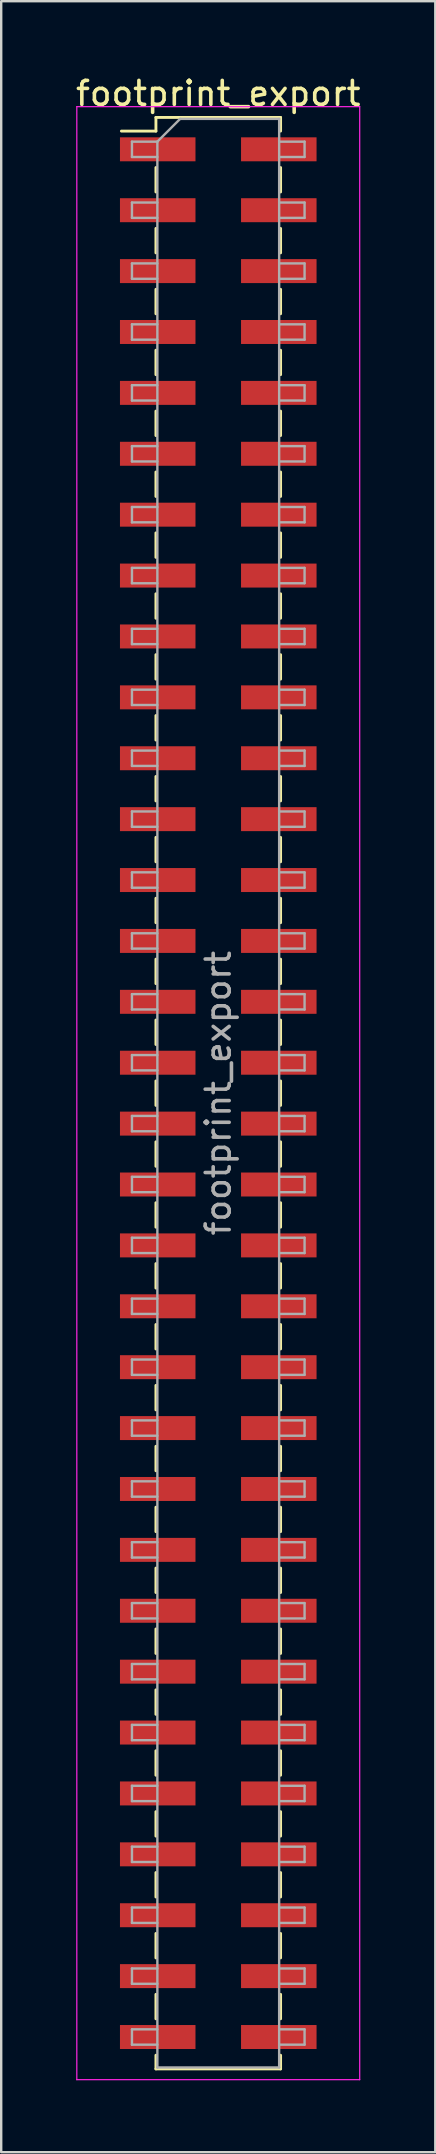
<source format=kicad_pcb>
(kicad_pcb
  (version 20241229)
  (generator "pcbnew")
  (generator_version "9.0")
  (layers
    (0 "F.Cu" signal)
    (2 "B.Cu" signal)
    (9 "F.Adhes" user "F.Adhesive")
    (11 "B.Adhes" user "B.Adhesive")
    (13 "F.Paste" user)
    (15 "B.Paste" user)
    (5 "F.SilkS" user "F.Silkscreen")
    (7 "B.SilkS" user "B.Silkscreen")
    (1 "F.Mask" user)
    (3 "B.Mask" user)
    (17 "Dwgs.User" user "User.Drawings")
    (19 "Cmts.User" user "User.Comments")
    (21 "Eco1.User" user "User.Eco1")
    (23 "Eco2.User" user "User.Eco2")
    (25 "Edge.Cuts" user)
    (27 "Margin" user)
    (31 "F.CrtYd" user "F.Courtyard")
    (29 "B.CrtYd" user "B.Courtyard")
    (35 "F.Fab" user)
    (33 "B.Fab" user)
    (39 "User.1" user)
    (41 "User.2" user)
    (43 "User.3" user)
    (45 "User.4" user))
  (footprint "footprint_export"
    (layer "F.Cu")
    (at 6.054 42.548)
    (property "Reference" "footprint_export" (at 0 -41.7 0) (layer "F.SilkS") (effects (font (size 1 1) (thickness 0.15))))
    (attr smd)
    (fp_line (start -4.04 -40.13) (end -2.6 -40.13) (stroke (width 0.12) (type solid)) (layer "F.SilkS"))
    (fp_line (start -2.6 -40.7) (end -2.6 -40.13) (stroke (width 0.12) (type solid)) (layer "F.SilkS"))
    (fp_line (start -2.6 -40.7) (end 2.6 -40.7) (stroke (width 0.12) (type solid)) (layer "F.SilkS"))
    (fp_line (start -2.6 -38.61) (end -2.6 -37.59) (stroke (width 0.12) (type solid)) (layer "F.SilkS"))
    (fp_line (start -2.6 -36.07) (end -2.6 -35.05) (stroke (width 0.12) (type solid)) (layer "F.SilkS"))
    (fp_line (start -2.6 -33.53) (end -2.6 -32.51) (stroke (width 0.12) (type solid)) (layer "F.SilkS"))
    (fp_line (start -2.6 -30.99) (end -2.6 -29.97) (stroke (width 0.12) (type solid)) (layer "F.SilkS"))
    (fp_line (start -2.6 -28.45) (end -2.6 -27.43) (stroke (width 0.12) (type solid)) (layer "F.SilkS"))
    (fp_line (start -2.6 -25.91) (end -2.6 -24.89) (stroke (width 0.12) (type solid)) (layer "F.SilkS"))
    (fp_line (start -2.6 -23.37) (end -2.6 -22.35) (stroke (width 0.12) (type solid)) (layer "F.SilkS"))
    (fp_line (start -2.6 -20.83) (end -2.6 -19.81) (stroke (width 0.12) (type solid)) (layer "F.SilkS"))
    (fp_line (start -2.6 -18.29) (end -2.6 -17.27) (stroke (width 0.12) (type solid)) (layer "F.SilkS"))
    (fp_line (start -2.6 -15.75) (end -2.6 -14.73) (stroke (width 0.12) (type solid)) (layer "F.SilkS"))
    (fp_line (start -2.6 -13.21) (end -2.6 -12.19) (stroke (width 0.12) (type solid)) (layer "F.SilkS"))
    (fp_line (start -2.6 -10.67) (end -2.6 -9.65) (stroke (width 0.12) (type solid)) (layer "F.SilkS"))
    (fp_line (start -2.6 -8.13) (end -2.6 -7.11) (stroke (width 0.12) (type solid)) (layer "F.SilkS"))
    (fp_line (start -2.6 -5.59) (end -2.6 -4.57) (stroke (width 0.12) (type solid)) (layer "F.SilkS"))
    (fp_line (start -2.6 -3.05) (end -2.6 -2.03) (stroke (width 0.12) (type solid)) (layer "F.SilkS"))
    (fp_line (start -2.6 -0.51) (end -2.6 0.51) (stroke (width 0.12) (type solid)) (layer "F.SilkS"))
    (fp_line (start -2.6 2.03) (end -2.6 3.05) (stroke (width 0.12) (type solid)) (layer "F.SilkS"))
    (fp_line (start -2.6 4.57) (end -2.6 5.59) (stroke (width 0.12) (type solid)) (layer "F.SilkS"))
    (fp_line (start -2.6 7.11) (end -2.6 8.13) (stroke (width 0.12) (type solid)) (layer "F.SilkS"))
    (fp_line (start -2.6 9.65) (end -2.6 10.67) (stroke (width 0.12) (type solid)) (layer "F.SilkS"))
    (fp_line (start -2.6 12.19) (end -2.6 13.21) (stroke (width 0.12) (type solid)) (layer "F.SilkS"))
    (fp_line (start -2.6 14.73) (end -2.6 15.75) (stroke (width 0.12) (type solid)) (layer "F.SilkS"))
    (fp_line (start -2.6 17.27) (end -2.6 18.29) (stroke (width 0.12) (type solid)) (layer "F.SilkS"))
    (fp_line (start -2.6 19.81) (end -2.6 20.83) (stroke (width 0.12) (type solid)) (layer "F.SilkS"))
    (fp_line (start -2.6 22.35) (end -2.6 23.37) (stroke (width 0.12) (type solid)) (layer "F.SilkS"))
    (fp_line (start -2.6 24.89) (end -2.6 25.91) (stroke (width 0.12) (type solid)) (layer "F.SilkS"))
    (fp_line (start -2.6 27.43) (end -2.6 28.45) (stroke (width 0.12) (type solid)) (layer "F.SilkS"))
    (fp_line (start -2.6 29.97) (end -2.6 30.99) (stroke (width 0.12) (type solid)) (layer "F.SilkS"))
    (fp_line (start -2.6 32.51) (end -2.6 33.53) (stroke (width 0.12) (type solid)) (layer "F.SilkS"))
    (fp_line (start -2.6 35.05) (end -2.6 36.07) (stroke (width 0.12) (type solid)) (layer "F.SilkS"))
    (fp_line (start -2.6 37.59) (end -2.6 38.61) (stroke (width 0.12) (type solid)) (layer "F.SilkS"))
    (fp_line (start -2.6 40.13) (end -2.6 40.7) (stroke (width 0.12) (type solid)) (layer "F.SilkS"))
    (fp_line (start -2.6 40.7) (end 2.6 40.7) (stroke (width 0.12) (type solid)) (layer "F.SilkS"))
    (fp_line (start 2.6 -40.7) (end 2.6 -40.13) (stroke (width 0.12) (type solid)) (layer "F.SilkS"))
    (fp_line (start 2.6 -38.61) (end 2.6 -37.59) (stroke (width 0.12) (type solid)) (layer "F.SilkS"))
    (fp_line (start 2.6 -36.07) (end 2.6 -35.05) (stroke (width 0.12) (type solid)) (layer "F.SilkS"))
    (fp_line (start 2.6 -33.53) (end 2.6 -32.51) (stroke (width 0.12) (type solid)) (layer "F.SilkS"))
    (fp_line (start 2.6 -30.99) (end 2.6 -29.97) (stroke (width 0.12) (type solid)) (layer "F.SilkS"))
    (fp_line (start 2.6 -28.45) (end 2.6 -27.43) (stroke (width 0.12) (type solid)) (layer "F.SilkS"))
    (fp_line (start 2.6 -25.91) (end 2.6 -24.89) (stroke (width 0.12) (type solid)) (layer "F.SilkS"))
    (fp_line (start 2.6 -23.37) (end 2.6 -22.35) (stroke (width 0.12) (type solid)) (layer "F.SilkS"))
    (fp_line (start 2.6 -20.83) (end 2.6 -19.81) (stroke (width 0.12) (type solid)) (layer "F.SilkS"))
    (fp_line (start 2.6 -18.29) (end 2.6 -17.27) (stroke (width 0.12) (type solid)) (layer "F.SilkS"))
    (fp_line (start 2.6 -15.75) (end 2.6 -14.73) (stroke (width 0.12) (type solid)) (layer "F.SilkS"))
    (fp_line (start 2.6 -13.21) (end 2.6 -12.19) (stroke (width 0.12) (type solid)) (layer "F.SilkS"))
    (fp_line (start 2.6 -10.67) (end 2.6 -9.65) (stroke (width 0.12) (type solid)) (layer "F.SilkS"))
    (fp_line (start 2.6 -8.13) (end 2.6 -7.11) (stroke (width 0.12) (type solid)) (layer "F.SilkS"))
    (fp_line (start 2.6 -5.59) (end 2.6 -4.57) (stroke (width 0.12) (type solid)) (layer "F.SilkS"))
    (fp_line (start 2.6 -3.05) (end 2.6 -2.03) (stroke (width 0.12) (type solid)) (layer "F.SilkS"))
    (fp_line (start 2.6 -0.51) (end 2.6 0.51) (stroke (width 0.12) (type solid)) (layer "F.SilkS"))
    (fp_line (start 2.6 2.03) (end 2.6 3.05) (stroke (width 0.12) (type solid)) (layer "F.SilkS"))
    (fp_line (start 2.6 4.57) (end 2.6 5.59) (stroke (width 0.12) (type solid)) (layer "F.SilkS"))
    (fp_line (start 2.6 7.11) (end 2.6 8.13) (stroke (width 0.12) (type solid)) (layer "F.SilkS"))
    (fp_line (start 2.6 9.65) (end 2.6 10.67) (stroke (width 0.12) (type solid)) (layer "F.SilkS"))
    (fp_line (start 2.6 12.19) (end 2.6 13.21) (stroke (width 0.12) (type solid)) (layer "F.SilkS"))
    (fp_line (start 2.6 14.73) (end 2.6 15.75) (stroke (width 0.12) (type solid)) (layer "F.SilkS"))
    (fp_line (start 2.6 17.27) (end 2.6 18.29) (stroke (width 0.12) (type solid)) (layer "F.SilkS"))
    (fp_line (start 2.6 19.81) (end 2.6 20.83) (stroke (width 0.12) (type solid)) (layer "F.SilkS"))
    (fp_line (start 2.6 22.35) (end 2.6 23.37) (stroke (width 0.12) (type solid)) (layer "F.SilkS"))
    (fp_line (start 2.6 24.89) (end 2.6 25.91) (stroke (width 0.12) (type solid)) (layer "F.SilkS"))
    (fp_line (start 2.6 27.43) (end 2.6 28.45) (stroke (width 0.12) (type solid)) (layer "F.SilkS"))
    (fp_line (start 2.6 29.97) (end 2.6 30.99) (stroke (width 0.12) (type solid)) (layer "F.SilkS"))
    (fp_line (start 2.6 32.51) (end 2.6 33.53) (stroke (width 0.12) (type solid)) (layer "F.SilkS"))
    (fp_line (start 2.6 35.05) (end 2.6 36.07) (stroke (width 0.12) (type solid)) (layer "F.SilkS"))
    (fp_line (start 2.6 37.59) (end 2.6 38.61) (stroke (width 0.12) (type solid)) (layer "F.SilkS"))
    (fp_line (start 2.6 40.13) (end 2.6 40.7) (stroke (width 0.12) (type solid)) (layer "F.SilkS"))
    (fp_line (start -5.9 -41.15) (end -5.9 41.15) (stroke (width 0.05) (type solid)) (layer "F.CrtYd"))
    (fp_line (start -5.9 41.15) (end 5.9 41.15) (stroke (width 0.05) (type solid)) (layer "F.CrtYd"))
    (fp_line (start 5.9 -41.15) (end -5.9 -41.15) (stroke (width 0.05) (type solid)) (layer "F.CrtYd"))
    (fp_line (start 5.9 41.15) (end 5.9 -41.15) (stroke (width 0.05) (type solid)) (layer "F.CrtYd"))
    (fp_line (start -3.6 -39.69) (end -3.6 -39.05) (stroke (width 0.1) (type solid)) (layer "F.Fab"))
    (fp_line (start -3.6 -39.05) (end -2.54 -39.05) (stroke (width 0.1) (type solid)) (layer "F.Fab"))
    (fp_line (start -3.6 -37.15) (end -3.6 -36.51) (stroke (width 0.1) (type solid)) (layer "F.Fab"))
    (fp_line (start -3.6 -36.51) (end -2.54 -36.51) (stroke (width 0.1) (type solid)) (layer "F.Fab"))
    (fp_line (start -3.6 -34.61) (end -3.6 -33.97) (stroke (width 0.1) (type solid)) (layer "F.Fab"))
    (fp_line (start -3.6 -33.97) (end -2.54 -33.97) (stroke (width 0.1) (type solid)) (layer "F.Fab"))
    (fp_line (start -3.6 -32.07) (end -3.6 -31.43) (stroke (width 0.1) (type solid)) (layer "F.Fab"))
    (fp_line (start -3.6 -31.43) (end -2.54 -31.43) (stroke (width 0.1) (type solid)) (layer "F.Fab"))
    (fp_line (start -3.6 -29.53) (end -3.6 -28.89) (stroke (width 0.1) (type solid)) (layer "F.Fab"))
    (fp_line (start -3.6 -28.89) (end -2.54 -28.89) (stroke (width 0.1) (type solid)) (layer "F.Fab"))
    (fp_line (start -3.6 -26.99) (end -3.6 -26.35) (stroke (width 0.1) (type solid)) (layer "F.Fab"))
    (fp_line (start -3.6 -26.35) (end -2.54 -26.35) (stroke (width 0.1) (type solid)) (layer "F.Fab"))
    (fp_line (start -3.6 -24.45) (end -3.6 -23.81) (stroke (width 0.1) (type solid)) (layer "F.Fab"))
    (fp_line (start -3.6 -23.81) (end -2.54 -23.81) (stroke (width 0.1) (type solid)) (layer "F.Fab"))
    (fp_line (start -3.6 -21.91) (end -3.6 -21.27) (stroke (width 0.1) (type solid)) (layer "F.Fab"))
    (fp_line (start -3.6 -21.27) (end -2.54 -21.27) (stroke (width 0.1) (type solid)) (layer "F.Fab"))
    (fp_line (start -3.6 -19.37) (end -3.6 -18.73) (stroke (width 0.1) (type solid)) (layer "F.Fab"))
    (fp_line (start -3.6 -18.73) (end -2.54 -18.73) (stroke (width 0.1) (type solid)) (layer "F.Fab"))
    (fp_line (start -3.6 -16.83) (end -3.6 -16.19) (stroke (width 0.1) (type solid)) (layer "F.Fab"))
    (fp_line (start -3.6 -16.19) (end -2.54 -16.19) (stroke (width 0.1) (type solid)) (layer "F.Fab"))
    (fp_line (start -3.6 -14.29) (end -3.6 -13.65) (stroke (width 0.1) (type solid)) (layer "F.Fab"))
    (fp_line (start -3.6 -13.65) (end -2.54 -13.65) (stroke (width 0.1) (type solid)) (layer "F.Fab"))
    (fp_line (start -3.6 -11.75) (end -3.6 -11.11) (stroke (width 0.1) (type solid)) (layer "F.Fab"))
    (fp_line (start -3.6 -11.11) (end -2.54 -11.11) (stroke (width 0.1) (type solid)) (layer "F.Fab"))
    (fp_line (start -3.6 -9.21) (end -3.6 -8.57) (stroke (width 0.1) (type solid)) (layer "F.Fab"))
    (fp_line (start -3.6 -8.57) (end -2.54 -8.57) (stroke (width 0.1) (type solid)) (layer "F.Fab"))
    (fp_line (start -3.6 -6.67) (end -3.6 -6.03) (stroke (width 0.1) (type solid)) (layer "F.Fab"))
    (fp_line (start -3.6 -6.03) (end -2.54 -6.03) (stroke (width 0.1) (type solid)) (layer "F.Fab"))
    (fp_line (start -3.6 -4.13) (end -3.6 -3.49) (stroke (width 0.1) (type solid)) (layer "F.Fab"))
    (fp_line (start -3.6 -3.49) (end -2.54 -3.49) (stroke (width 0.1) (type solid)) (layer "F.Fab"))
    (fp_line (start -3.6 -1.59) (end -3.6 -0.95) (stroke (width 0.1) (type solid)) (layer "F.Fab"))
    (fp_line (start -3.6 -0.95) (end -2.54 -0.95) (stroke (width 0.1) (type solid)) (layer "F.Fab"))
    (fp_line (start -3.6 0.95) (end -3.6 1.59) (stroke (width 0.1) (type solid)) (layer "F.Fab"))
    (fp_line (start -3.6 1.59) (end -2.54 1.59) (stroke (width 0.1) (type solid)) (layer "F.Fab"))
    (fp_line (start -3.6 3.49) (end -3.6 4.13) (stroke (width 0.1) (type solid)) (layer "F.Fab"))
    (fp_line (start -3.6 4.13) (end -2.54 4.13) (stroke (width 0.1) (type solid)) (layer "F.Fab"))
    (fp_line (start -3.6 6.03) (end -3.6 6.67) (stroke (width 0.1) (type solid)) (layer "F.Fab"))
    (fp_line (start -3.6 6.67) (end -2.54 6.67) (stroke (width 0.1) (type solid)) (layer "F.Fab"))
    (fp_line (start -3.6 8.57) (end -3.6 9.21) (stroke (width 0.1) (type solid)) (layer "F.Fab"))
    (fp_line (start -3.6 9.21) (end -2.54 9.21) (stroke (width 0.1) (type solid)) (layer "F.Fab"))
    (fp_line (start -3.6 11.11) (end -3.6 11.75) (stroke (width 0.1) (type solid)) (layer "F.Fab"))
    (fp_line (start -3.6 11.75) (end -2.54 11.75) (stroke (width 0.1) (type solid)) (layer "F.Fab"))
    (fp_line (start -3.6 13.65) (end -3.6 14.29) (stroke (width 0.1) (type solid)) (layer "F.Fab"))
    (fp_line (start -3.6 14.29) (end -2.54 14.29) (stroke (width 0.1) (type solid)) (layer "F.Fab"))
    (fp_line (start -3.6 16.19) (end -3.6 16.83) (stroke (width 0.1) (type solid)) (layer "F.Fab"))
    (fp_line (start -3.6 16.83) (end -2.54 16.83) (stroke (width 0.1) (type solid)) (layer "F.Fab"))
    (fp_line (start -3.6 18.73) (end -3.6 19.37) (stroke (width 0.1) (type solid)) (layer "F.Fab"))
    (fp_line (start -3.6 19.37) (end -2.54 19.37) (stroke (width 0.1) (type solid)) (layer "F.Fab"))
    (fp_line (start -3.6 21.27) (end -3.6 21.91) (stroke (width 0.1) (type solid)) (layer "F.Fab"))
    (fp_line (start -3.6 21.91) (end -2.54 21.91) (stroke (width 0.1) (type solid)) (layer "F.Fab"))
    (fp_line (start -3.6 23.81) (end -3.6 24.45) (stroke (width 0.1) (type solid)) (layer "F.Fab"))
    (fp_line (start -3.6 24.45) (end -2.54 24.45) (stroke (width 0.1) (type solid)) (layer "F.Fab"))
    (fp_line (start -3.6 26.35) (end -3.6 26.99) (stroke (width 0.1) (type solid)) (layer "F.Fab"))
    (fp_line (start -3.6 26.99) (end -2.54 26.99) (stroke (width 0.1) (type solid)) (layer "F.Fab"))
    (fp_line (start -3.6 28.89) (end -3.6 29.53) (stroke (width 0.1) (type solid)) (layer "F.Fab"))
    (fp_line (start -3.6 29.53) (end -2.54 29.53) (stroke (width 0.1) (type solid)) (layer "F.Fab"))
    (fp_line (start -3.6 31.43) (end -3.6 32.07) (stroke (width 0.1) (type solid)) (layer "F.Fab"))
    (fp_line (start -3.6 32.07) (end -2.54 32.07) (stroke (width 0.1) (type solid)) (layer "F.Fab"))
    (fp_line (start -3.6 33.97) (end -3.6 34.61) (stroke (width 0.1) (type solid)) (layer "F.Fab"))
    (fp_line (start -3.6 34.61) (end -2.54 34.61) (stroke (width 0.1) (type solid)) (layer "F.Fab"))
    (fp_line (start -3.6 36.51) (end -3.6 37.15) (stroke (width 0.1) (type solid)) (layer "F.Fab"))
    (fp_line (start -3.6 37.15) (end -2.54 37.15) (stroke (width 0.1) (type solid)) (layer "F.Fab"))
    (fp_line (start -3.6 39.05) (end -3.6 39.69) (stroke (width 0.1) (type solid)) (layer "F.Fab"))
    (fp_line (start -3.6 39.69) (end -2.54 39.69) (stroke (width 0.1) (type solid)) (layer "F.Fab"))
    (fp_line (start -2.54 -39.69) (end -3.6 -39.69) (stroke (width 0.1) (type solid)) (layer "F.Fab"))
    (fp_line (start -2.54 -39.69) (end -1.59 -40.64) (stroke (width 0.1) (type solid)) (layer "F.Fab"))
    (fp_line (start -2.54 -37.15) (end -3.6 -37.15) (stroke (width 0.1) (type solid)) (layer "F.Fab"))
    (fp_line (start -2.54 -34.61) (end -3.6 -34.61) (stroke (width 0.1) (type solid)) (layer "F.Fab"))
    (fp_line (start -2.54 -32.07) (end -3.6 -32.07) (stroke (width 0.1) (type solid)) (layer "F.Fab"))
    (fp_line (start -2.54 -29.53) (end -3.6 -29.53) (stroke (width 0.1) (type solid)) (layer "F.Fab"))
    (fp_line (start -2.54 -26.99) (end -3.6 -26.99) (stroke (width 0.1) (type solid)) (layer "F.Fab"))
    (fp_line (start -2.54 -24.45) (end -3.6 -24.45) (stroke (width 0.1) (type solid)) (layer "F.Fab"))
    (fp_line (start -2.54 -21.91) (end -3.6 -21.91) (stroke (width 0.1) (type solid)) (layer "F.Fab"))
    (fp_line (start -2.54 -19.37) (end -3.6 -19.37) (stroke (width 0.1) (type solid)) (layer "F.Fab"))
    (fp_line (start -2.54 -16.83) (end -3.6 -16.83) (stroke (width 0.1) (type solid)) (layer "F.Fab"))
    (fp_line (start -2.54 -14.29) (end -3.6 -14.29) (stroke (width 0.1) (type solid)) (layer "F.Fab"))
    (fp_line (start -2.54 -11.75) (end -3.6 -11.75) (stroke (width 0.1) (type solid)) (layer "F.Fab"))
    (fp_line (start -2.54 -9.21) (end -3.6 -9.21) (stroke (width 0.1) (type solid)) (layer "F.Fab"))
    (fp_line (start -2.54 -6.67) (end -3.6 -6.67) (stroke (width 0.1) (type solid)) (layer "F.Fab"))
    (fp_line (start -2.54 -4.13) (end -3.6 -4.13) (stroke (width 0.1) (type solid)) (layer "F.Fab"))
    (fp_line (start -2.54 -1.59) (end -3.6 -1.59) (stroke (width 0.1) (type solid)) (layer "F.Fab"))
    (fp_line (start -2.54 0.95) (end -3.6 0.95) (stroke (width 0.1) (type solid)) (layer "F.Fab"))
    (fp_line (start -2.54 3.49) (end -3.6 3.49) (stroke (width 0.1) (type solid)) (layer "F.Fab"))
    (fp_line (start -2.54 6.03) (end -3.6 6.03) (stroke (width 0.1) (type solid)) (layer "F.Fab"))
    (fp_line (start -2.54 8.57) (end -3.6 8.57) (stroke (width 0.1) (type solid)) (layer "F.Fab"))
    (fp_line (start -2.54 11.11) (end -3.6 11.11) (stroke (width 0.1) (type solid)) (layer "F.Fab"))
    (fp_line (start -2.54 13.65) (end -3.6 13.65) (stroke (width 0.1) (type solid)) (layer "F.Fab"))
    (fp_line (start -2.54 16.19) (end -3.6 16.19) (stroke (width 0.1) (type solid)) (layer "F.Fab"))
    (fp_line (start -2.54 18.73) (end -3.6 18.73) (stroke (width 0.1) (type solid)) (layer "F.Fab"))
    (fp_line (start -2.54 21.27) (end -3.6 21.27) (stroke (width 0.1) (type solid)) (layer "F.Fab"))
    (fp_line (start -2.54 23.81) (end -3.6 23.81) (stroke (width 0.1) (type solid)) (layer "F.Fab"))
    (fp_line (start -2.54 26.35) (end -3.6 26.35) (stroke (width 0.1) (type solid)) (layer "F.Fab"))
    (fp_line (start -2.54 28.89) (end -3.6 28.89) (stroke (width 0.1) (type solid)) (layer "F.Fab"))
    (fp_line (start -2.54 31.43) (end -3.6 31.43) (stroke (width 0.1) (type solid)) (layer "F.Fab"))
    (fp_line (start -2.54 33.97) (end -3.6 33.97) (stroke (width 0.1) (type solid)) (layer "F.Fab"))
    (fp_line (start -2.54 36.51) (end -3.6 36.51) (stroke (width 0.1) (type solid)) (layer "F.Fab"))
    (fp_line (start -2.54 39.05) (end -3.6 39.05) (stroke (width 0.1) (type solid)) (layer "F.Fab"))
    (fp_line (start -2.54 40.64) (end -2.54 -39.69) (stroke (width 0.1) (type solid)) (layer "F.Fab"))
    (fp_line (start -1.59 -40.64) (end 2.54 -40.64) (stroke (width 0.1) (type solid)) (layer "F.Fab"))
    (fp_line (start 2.54 -40.64) (end 2.54 40.64) (stroke (width 0.1) (type solid)) (layer "F.Fab"))
    (fp_line (start 2.54 -39.69) (end 3.6 -39.69) (stroke (width 0.1) (type solid)) (layer "F.Fab"))
    (fp_line (start 2.54 -37.15) (end 3.6 -37.15) (stroke (width 0.1) (type solid)) (layer "F.Fab"))
    (fp_line (start 2.54 -34.61) (end 3.6 -34.61) (stroke (width 0.1) (type solid)) (layer "F.Fab"))
    (fp_line (start 2.54 -32.07) (end 3.6 -32.07) (stroke (width 0.1) (type solid)) (layer "F.Fab"))
    (fp_line (start 2.54 -29.53) (end 3.6 -29.53) (stroke (width 0.1) (type solid)) (layer "F.Fab"))
    (fp_line (start 2.54 -26.99) (end 3.6 -26.99) (stroke (width 0.1) (type solid)) (layer "F.Fab"))
    (fp_line (start 2.54 -24.45) (end 3.6 -24.45) (stroke (width 0.1) (type solid)) (layer "F.Fab"))
    (fp_line (start 2.54 -21.91) (end 3.6 -21.91) (stroke (width 0.1) (type solid)) (layer "F.Fab"))
    (fp_line (start 2.54 -19.37) (end 3.6 -19.37) (stroke (width 0.1) (type solid)) (layer "F.Fab"))
    (fp_line (start 2.54 -16.83) (end 3.6 -16.83) (stroke (width 0.1) (type solid)) (layer "F.Fab"))
    (fp_line (start 2.54 -14.29) (end 3.6 -14.29) (stroke (width 0.1) (type solid)) (layer "F.Fab"))
    (fp_line (start 2.54 -11.75) (end 3.6 -11.75) (stroke (width 0.1) (type solid)) (layer "F.Fab"))
    (fp_line (start 2.54 -9.21) (end 3.6 -9.21) (stroke (width 0.1) (type solid)) (layer "F.Fab"))
    (fp_line (start 2.54 -6.67) (end 3.6 -6.67) (stroke (width 0.1) (type solid)) (layer "F.Fab"))
    (fp_line (start 2.54 -4.13) (end 3.6 -4.13) (stroke (width 0.1) (type solid)) (layer "F.Fab"))
    (fp_line (start 2.54 -1.59) (end 3.6 -1.59) (stroke (width 0.1) (type solid)) (layer "F.Fab"))
    (fp_line (start 2.54 0.95) (end 3.6 0.95) (stroke (width 0.1) (type solid)) (layer "F.Fab"))
    (fp_line (start 2.54 3.49) (end 3.6 3.49) (stroke (width 0.1) (type solid)) (layer "F.Fab"))
    (fp_line (start 2.54 6.03) (end 3.6 6.03) (stroke (width 0.1) (type solid)) (layer "F.Fab"))
    (fp_line (start 2.54 8.57) (end 3.6 8.57) (stroke (width 0.1) (type solid)) (layer "F.Fab"))
    (fp_line (start 2.54 11.11) (end 3.6 11.11) (stroke (width 0.1) (type solid)) (layer "F.Fab"))
    (fp_line (start 2.54 13.65) (end 3.6 13.65) (stroke (width 0.1) (type solid)) (layer "F.Fab"))
    (fp_line (start 2.54 16.19) (end 3.6 16.19) (stroke (width 0.1) (type solid)) (layer "F.Fab"))
    (fp_line (start 2.54 18.73) (end 3.6 18.73) (stroke (width 0.1) (type solid)) (layer "F.Fab"))
    (fp_line (start 2.54 21.27) (end 3.6 21.27) (stroke (width 0.1) (type solid)) (layer "F.Fab"))
    (fp_line (start 2.54 23.81) (end 3.6 23.81) (stroke (width 0.1) (type solid)) (layer "F.Fab"))
    (fp_line (start 2.54 26.35) (end 3.6 26.35) (stroke (width 0.1) (type solid)) (layer "F.Fab"))
    (fp_line (start 2.54 28.89) (end 3.6 28.89) (stroke (width 0.1) (type solid)) (layer "F.Fab"))
    (fp_line (start 2.54 31.43) (end 3.6 31.43) (stroke (width 0.1) (type solid)) (layer "F.Fab"))
    (fp_line (start 2.54 33.97) (end 3.6 33.97) (stroke (width 0.1) (type solid)) (layer "F.Fab"))
    (fp_line (start 2.54 36.51) (end 3.6 36.51) (stroke (width 0.1) (type solid)) (layer "F.Fab"))
    (fp_line (start 2.54 39.05) (end 3.6 39.05) (stroke (width 0.1) (type solid)) (layer "F.Fab"))
    (fp_line (start 2.54 40.64) (end -2.54 40.64) (stroke (width 0.1) (type solid)) (layer "F.Fab"))
    (fp_line (start 3.6 -39.69) (end 3.6 -39.05) (stroke (width 0.1) (type solid)) (layer "F.Fab"))
    (fp_line (start 3.6 -39.05) (end 2.54 -39.05) (stroke (width 0.1) (type solid)) (layer "F.Fab"))
    (fp_line (start 3.6 -37.15) (end 3.6 -36.51) (stroke (width 0.1) (type solid)) (layer "F.Fab"))
    (fp_line (start 3.6 -36.51) (end 2.54 -36.51) (stroke (width 0.1) (type solid)) (layer "F.Fab"))
    (fp_line (start 3.6 -34.61) (end 3.6 -33.97) (stroke (width 0.1) (type solid)) (layer "F.Fab"))
    (fp_line (start 3.6 -33.97) (end 2.54 -33.97) (stroke (width 0.1) (type solid)) (layer "F.Fab"))
    (fp_line (start 3.6 -32.07) (end 3.6 -31.43) (stroke (width 0.1) (type solid)) (layer "F.Fab"))
    (fp_line (start 3.6 -31.43) (end 2.54 -31.43) (stroke (width 0.1) (type solid)) (layer "F.Fab"))
    (fp_line (start 3.6 -29.53) (end 3.6 -28.89) (stroke (width 0.1) (type solid)) (layer "F.Fab"))
    (fp_line (start 3.6 -28.89) (end 2.54 -28.89) (stroke (width 0.1) (type solid)) (layer "F.Fab"))
    (fp_line (start 3.6 -26.99) (end 3.6 -26.35) (stroke (width 0.1) (type solid)) (layer "F.Fab"))
    (fp_line (start 3.6 -26.35) (end 2.54 -26.35) (stroke (width 0.1) (type solid)) (layer "F.Fab"))
    (fp_line (start 3.6 -24.45) (end 3.6 -23.81) (stroke (width 0.1) (type solid)) (layer "F.Fab"))
    (fp_line (start 3.6 -23.81) (end 2.54 -23.81) (stroke (width 0.1) (type solid)) (layer "F.Fab"))
    (fp_line (start 3.6 -21.91) (end 3.6 -21.27) (stroke (width 0.1) (type solid)) (layer "F.Fab"))
    (fp_line (start 3.6 -21.27) (end 2.54 -21.27) (stroke (width 0.1) (type solid)) (layer "F.Fab"))
    (fp_line (start 3.6 -19.37) (end 3.6 -18.73) (stroke (width 0.1) (type solid)) (layer "F.Fab"))
    (fp_line (start 3.6 -18.73) (end 2.54 -18.73) (stroke (width 0.1) (type solid)) (layer "F.Fab"))
    (fp_line (start 3.6 -16.83) (end 3.6 -16.19) (stroke (width 0.1) (type solid)) (layer "F.Fab"))
    (fp_line (start 3.6 -16.19) (end 2.54 -16.19) (stroke (width 0.1) (type solid)) (layer "F.Fab"))
    (fp_line (start 3.6 -14.29) (end 3.6 -13.65) (stroke (width 0.1) (type solid)) (layer "F.Fab"))
    (fp_line (start 3.6 -13.65) (end 2.54 -13.65) (stroke (width 0.1) (type solid)) (layer "F.Fab"))
    (fp_line (start 3.6 -11.75) (end 3.6 -11.11) (stroke (width 0.1) (type solid)) (layer "F.Fab"))
    (fp_line (start 3.6 -11.11) (end 2.54 -11.11) (stroke (width 0.1) (type solid)) (layer "F.Fab"))
    (fp_line (start 3.6 -9.21) (end 3.6 -8.57) (stroke (width 0.1) (type solid)) (layer "F.Fab"))
    (fp_line (start 3.6 -8.57) (end 2.54 -8.57) (stroke (width 0.1) (type solid)) (layer "F.Fab"))
    (fp_line (start 3.6 -6.67) (end 3.6 -6.03) (stroke (width 0.1) (type solid)) (layer "F.Fab"))
    (fp_line (start 3.6 -6.03) (end 2.54 -6.03) (stroke (width 0.1) (type solid)) (layer "F.Fab"))
    (fp_line (start 3.6 -4.13) (end 3.6 -3.49) (stroke (width 0.1) (type solid)) (layer "F.Fab"))
    (fp_line (start 3.6 -3.49) (end 2.54 -3.49) (stroke (width 0.1) (type solid)) (layer "F.Fab"))
    (fp_line (start 3.6 -1.59) (end 3.6 -0.95) (stroke (width 0.1) (type solid)) (layer "F.Fab"))
    (fp_line (start 3.6 -0.95) (end 2.54 -0.95) (stroke (width 0.1) (type solid)) (layer "F.Fab"))
    (fp_line (start 3.6 0.95) (end 3.6 1.59) (stroke (width 0.1) (type solid)) (layer "F.Fab"))
    (fp_line (start 3.6 1.59) (end 2.54 1.59) (stroke (width 0.1) (type solid)) (layer "F.Fab"))
    (fp_line (start 3.6 3.49) (end 3.6 4.13) (stroke (width 0.1) (type solid)) (layer "F.Fab"))
    (fp_line (start 3.6 4.13) (end 2.54 4.13) (stroke (width 0.1) (type solid)) (layer "F.Fab"))
    (fp_line (start 3.6 6.03) (end 3.6 6.67) (stroke (width 0.1) (type solid)) (layer "F.Fab"))
    (fp_line (start 3.6 6.67) (end 2.54 6.67) (stroke (width 0.1) (type solid)) (layer "F.Fab"))
    (fp_line (start 3.6 8.57) (end 3.6 9.21) (stroke (width 0.1) (type solid)) (layer "F.Fab"))
    (fp_line (start 3.6 9.21) (end 2.54 9.21) (stroke (width 0.1) (type solid)) (layer "F.Fab"))
    (fp_line (start 3.6 11.11) (end 3.6 11.75) (stroke (width 0.1) (type solid)) (layer "F.Fab"))
    (fp_line (start 3.6 11.75) (end 2.54 11.75) (stroke (width 0.1) (type solid)) (layer "F.Fab"))
    (fp_line (start 3.6 13.65) (end 3.6 14.29) (stroke (width 0.1) (type solid)) (layer "F.Fab"))
    (fp_line (start 3.6 14.29) (end 2.54 14.29) (stroke (width 0.1) (type solid)) (layer "F.Fab"))
    (fp_line (start 3.6 16.19) (end 3.6 16.83) (stroke (width 0.1) (type solid)) (layer "F.Fab"))
    (fp_line (start 3.6 16.83) (end 2.54 16.83) (stroke (width 0.1) (type solid)) (layer "F.Fab"))
    (fp_line (start 3.6 18.73) (end 3.6 19.37) (stroke (width 0.1) (type solid)) (layer "F.Fab"))
    (fp_line (start 3.6 19.37) (end 2.54 19.37) (stroke (width 0.1) (type solid)) (layer "F.Fab"))
    (fp_line (start 3.6 21.27) (end 3.6 21.91) (stroke (width 0.1) (type solid)) (layer "F.Fab"))
    (fp_line (start 3.6 21.91) (end 2.54 21.91) (stroke (width 0.1) (type solid)) (layer "F.Fab"))
    (fp_line (start 3.6 23.81) (end 3.6 24.45) (stroke (width 0.1) (type solid)) (layer "F.Fab"))
    (fp_line (start 3.6 24.45) (end 2.54 24.45) (stroke (width 0.1) (type solid)) (layer "F.Fab"))
    (fp_line (start 3.6 26.35) (end 3.6 26.99) (stroke (width 0.1) (type solid)) (layer "F.Fab"))
    (fp_line (start 3.6 26.99) (end 2.54 26.99) (stroke (width 0.1) (type solid)) (layer "F.Fab"))
    (fp_line (start 3.6 28.89) (end 3.6 29.53) (stroke (width 0.1) (type solid)) (layer "F.Fab"))
    (fp_line (start 3.6 29.53) (end 2.54 29.53) (stroke (width 0.1) (type solid)) (layer "F.Fab"))
    (fp_line (start 3.6 31.43) (end 3.6 32.07) (stroke (width 0.1) (type solid)) (layer "F.Fab"))
    (fp_line (start 3.6 32.07) (end 2.54 32.07) (stroke (width 0.1) (type solid)) (layer "F.Fab"))
    (fp_line (start 3.6 33.97) (end 3.6 34.61) (stroke (width 0.1) (type solid)) (layer "F.Fab"))
    (fp_line (start 3.6 34.61) (end 2.54 34.61) (stroke (width 0.1) (type solid)) (layer "F.Fab"))
    (fp_line (start 3.6 36.51) (end 3.6 37.15) (stroke (width 0.1) (type solid)) (layer "F.Fab"))
    (fp_line (start 3.6 37.15) (end 2.54 37.15) (stroke (width 0.1) (type solid)) (layer "F.Fab"))
    (fp_line (start 3.6 39.05) (end 3.6 39.69) (stroke (width 0.1) (type solid)) (layer "F.Fab"))
    (fp_line (start 3.6 39.69) (end 2.54 39.69) (stroke (width 0.1) (type solid)) (layer "F.Fab"))
    (fp_text user "${REFERENCE}" (at 0 0 90) (layer "F.Fab") (effects (font (size 1 1) (thickness 0.15))))
    (pad "1" smd rect (at -2.525 -39.37) (size 3.15 1) (layers "F.Cu" "F.Mask" "F.Paste"))
    (pad "2" smd rect (at 2.525 -39.37) (size 3.15 1) (layers "F.Cu" "F.Mask" "F.Paste"))
    (pad "3" smd rect (at -2.525 -36.83) (size 3.15 1) (layers "F.Cu" "F.Mask" "F.Paste"))
    (pad "4" smd rect (at 2.525 -36.83) (size 3.15 1) (layers "F.Cu" "F.Mask" "F.Paste"))
    (pad "5" smd rect (at -2.525 -34.29) (size 3.15 1) (layers "F.Cu" "F.Mask" "F.Paste"))
    (pad "6" smd rect (at 2.525 -34.29) (size 3.15 1) (layers "F.Cu" "F.Mask" "F.Paste"))
    (pad "7" smd rect (at -2.525 -31.75) (size 3.15 1) (layers "F.Cu" "F.Mask" "F.Paste"))
    (pad "8" smd rect (at 2.525 -31.75) (size 3.15 1) (layers "F.Cu" "F.Mask" "F.Paste"))
    (pad "9" smd rect (at -2.525 -29.21) (size 3.15 1) (layers "F.Cu" "F.Mask" "F.Paste"))
    (pad "10" smd rect (at 2.525 -29.21) (size 3.15 1) (layers "F.Cu" "F.Mask" "F.Paste"))
    (pad "11" smd rect (at -2.525 -26.67) (size 3.15 1) (layers "F.Cu" "F.Mask" "F.Paste"))
    (pad "12" smd rect (at 2.525 -26.67) (size 3.15 1) (layers "F.Cu" "F.Mask" "F.Paste"))
    (pad "13" smd rect (at -2.525 -24.13) (size 3.15 1) (layers "F.Cu" "F.Mask" "F.Paste"))
    (pad "14" smd rect (at 2.525 -24.13) (size 3.15 1) (layers "F.Cu" "F.Mask" "F.Paste"))
    (pad "15" smd rect (at -2.525 -21.59) (size 3.15 1) (layers "F.Cu" "F.Mask" "F.Paste"))
    (pad "16" smd rect (at 2.525 -21.59) (size 3.15 1) (layers "F.Cu" "F.Mask" "F.Paste"))
    (pad "17" smd rect (at -2.525 -19.05) (size 3.15 1) (layers "F.Cu" "F.Mask" "F.Paste"))
    (pad "18" smd rect (at 2.525 -19.05) (size 3.15 1) (layers "F.Cu" "F.Mask" "F.Paste"))
    (pad "19" smd rect (at -2.525 -16.51) (size 3.15 1) (layers "F.Cu" "F.Mask" "F.Paste"))
    (pad "20" smd rect (at 2.525 -16.51) (size 3.15 1) (layers "F.Cu" "F.Mask" "F.Paste"))
    (pad "21" smd rect (at -2.525 -13.97) (size 3.15 1) (layers "F.Cu" "F.Mask" "F.Paste"))
    (pad "22" smd rect (at 2.525 -13.97) (size 3.15 1) (layers "F.Cu" "F.Mask" "F.Paste"))
    (pad "23" smd rect (at -2.525 -11.43) (size 3.15 1) (layers "F.Cu" "F.Mask" "F.Paste"))
    (pad "24" smd rect (at 2.525 -11.43) (size 3.15 1) (layers "F.Cu" "F.Mask" "F.Paste"))
    (pad "25" smd rect (at -2.525 -8.89) (size 3.15 1) (layers "F.Cu" "F.Mask" "F.Paste"))
    (pad "26" smd rect (at 2.525 -8.89) (size 3.15 1) (layers "F.Cu" "F.Mask" "F.Paste"))
    (pad "27" smd rect (at -2.525 -6.35) (size 3.15 1) (layers "F.Cu" "F.Mask" "F.Paste"))
    (pad "28" smd rect (at 2.525 -6.35) (size 3.15 1) (layers "F.Cu" "F.Mask" "F.Paste"))
    (pad "29" smd rect (at -2.525 -3.81) (size 3.15 1) (layers "F.Cu" "F.Mask" "F.Paste"))
    (pad "30" smd rect (at 2.525 -3.81) (size 3.15 1) (layers "F.Cu" "F.Mask" "F.Paste"))
    (pad "31" smd rect (at -2.525 -1.27) (size 3.15 1) (layers "F.Cu" "F.Mask" "F.Paste"))
    (pad "32" smd rect (at 2.525 -1.27) (size 3.15 1) (layers "F.Cu" "F.Mask" "F.Paste"))
    (pad "33" smd rect (at -2.525 1.27) (size 3.15 1) (layers "F.Cu" "F.Mask" "F.Paste"))
    (pad "34" smd rect (at 2.525 1.27) (size 3.15 1) (layers "F.Cu" "F.Mask" "F.Paste"))
    (pad "35" smd rect (at -2.525 3.81) (size 3.15 1) (layers "F.Cu" "F.Mask" "F.Paste"))
    (pad "36" smd rect (at 2.525 3.81) (size 3.15 1) (layers "F.Cu" "F.Mask" "F.Paste"))
    (pad "37" smd rect (at -2.525 6.35) (size 3.15 1) (layers "F.Cu" "F.Mask" "F.Paste"))
    (pad "38" smd rect (at 2.525 6.35) (size 3.15 1) (layers "F.Cu" "F.Mask" "F.Paste"))
    (pad "39" smd rect (at -2.525 8.89) (size 3.15 1) (layers "F.Cu" "F.Mask" "F.Paste"))
    (pad "40" smd rect (at 2.525 8.89) (size 3.15 1) (layers "F.Cu" "F.Mask" "F.Paste"))
    (pad "41" smd rect (at -2.525 11.43) (size 3.15 1) (layers "F.Cu" "F.Mask" "F.Paste"))
    (pad "42" smd rect (at 2.525 11.43) (size 3.15 1) (layers "F.Cu" "F.Mask" "F.Paste"))
    (pad "43" smd rect (at -2.525 13.97) (size 3.15 1) (layers "F.Cu" "F.Mask" "F.Paste"))
    (pad "44" smd rect (at 2.525 13.97) (size 3.15 1) (layers "F.Cu" "F.Mask" "F.Paste"))
    (pad "45" smd rect (at -2.525 16.51) (size 3.15 1) (layers "F.Cu" "F.Mask" "F.Paste"))
    (pad "46" smd rect (at 2.525 16.51) (size 3.15 1) (layers "F.Cu" "F.Mask" "F.Paste"))
    (pad "47" smd rect (at -2.525 19.05) (size 3.15 1) (layers "F.Cu" "F.Mask" "F.Paste"))
    (pad "48" smd rect (at 2.525 19.05) (size 3.15 1) (layers "F.Cu" "F.Mask" "F.Paste"))
    (pad "49" smd rect (at -2.525 21.59) (size 3.15 1) (layers "F.Cu" "F.Mask" "F.Paste"))
    (pad "50" smd rect (at 2.525 21.59) (size 3.15 1) (layers "F.Cu" "F.Mask" "F.Paste"))
    (pad "51" smd rect (at -2.525 24.13) (size 3.15 1) (layers "F.Cu" "F.Mask" "F.Paste"))
    (pad "52" smd rect (at 2.525 24.13) (size 3.15 1) (layers "F.Cu" "F.Mask" "F.Paste"))
    (pad "53" smd rect (at -2.525 26.67) (size 3.15 1) (layers "F.Cu" "F.Mask" "F.Paste"))
    (pad "54" smd rect (at 2.525 26.67) (size 3.15 1) (layers "F.Cu" "F.Mask" "F.Paste"))
    (pad "55" smd rect (at -2.525 29.21) (size 3.15 1) (layers "F.Cu" "F.Mask" "F.Paste"))
    (pad "56" smd rect (at 2.525 29.21) (size 3.15 1) (layers "F.Cu" "F.Mask" "F.Paste"))
    (pad "57" smd rect (at -2.525 31.75) (size 3.15 1) (layers "F.Cu" "F.Mask" "F.Paste"))
    (pad "58" smd rect (at 2.525 31.75) (size 3.15 1) (layers "F.Cu" "F.Mask" "F.Paste"))
    (pad "59" smd rect (at -2.525 34.29) (size 3.15 1) (layers "F.Cu" "F.Mask" "F.Paste"))
    (pad "60" smd rect (at 2.525 34.29) (size 3.15 1) (layers "F.Cu" "F.Mask" "F.Paste"))
    (pad "61" smd rect (at -2.525 36.83) (size 3.15 1) (layers "F.Cu" "F.Mask" "F.Paste"))
    (pad "62" smd rect (at 2.525 36.83) (size 3.15 1) (layers "F.Cu" "F.Mask" "F.Paste"))
    (pad "63" smd rect (at -2.525 39.37) (size 3.15 1) (layers "F.Cu" "F.Mask" "F.Paste"))
    (pad "64" smd rect (at 2.525 39.37) (size 3.15 1) (layers "F.Cu" "F.Mask" "F.Paste")))
  (gr_rect
    (start -3 -3)
    (end 15.107 86.723)
    (stroke (width 0.1) (type default))
    (fill no)
    (layer "Edge.Cuts")))
</source>
